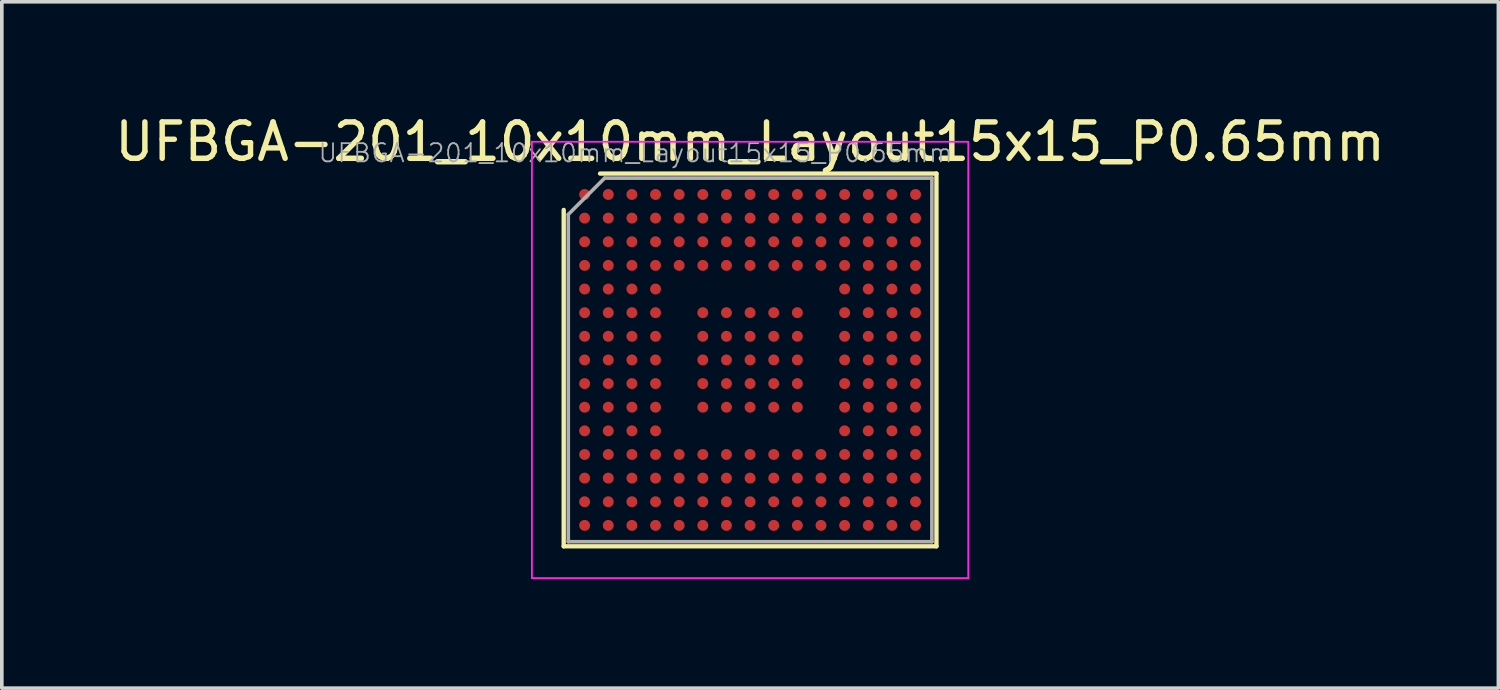
<source format=kicad_pcb>
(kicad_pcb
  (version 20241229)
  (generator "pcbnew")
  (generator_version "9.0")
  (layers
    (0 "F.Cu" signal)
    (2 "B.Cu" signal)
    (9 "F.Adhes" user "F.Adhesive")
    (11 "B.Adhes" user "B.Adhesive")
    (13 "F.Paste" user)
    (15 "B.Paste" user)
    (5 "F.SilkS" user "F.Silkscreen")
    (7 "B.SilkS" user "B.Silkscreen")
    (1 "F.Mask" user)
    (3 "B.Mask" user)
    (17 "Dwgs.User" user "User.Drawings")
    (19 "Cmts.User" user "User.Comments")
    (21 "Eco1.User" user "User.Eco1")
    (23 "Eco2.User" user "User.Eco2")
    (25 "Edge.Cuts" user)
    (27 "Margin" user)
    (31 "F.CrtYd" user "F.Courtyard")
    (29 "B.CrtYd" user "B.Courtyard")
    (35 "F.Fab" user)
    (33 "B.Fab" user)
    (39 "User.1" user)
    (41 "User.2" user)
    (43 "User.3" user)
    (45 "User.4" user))
  (footprint "UFBGA-201_10x10mm_Layout15x15_P0.65mm"
    (layer "F.Cu")
    (at 17.577 6.848)
    (property "Reference" "UFBGA-201_10x10mm_Layout15x15_P0.65mm" (at 0 -6 0) (layer "F.SilkS") (effects (font (size 1 1) (thickness 0.15))))
    (attr smd)
    (fp_line (start -5.125 5.125) (end -5.125 -4.125) (stroke (width 0.12) (type solid)) (layer "F.SilkS"))
    (fp_line (start -4.125 -5.125) (end 5.125 -5.125) (stroke (width 0.12) (type solid)) (layer "F.SilkS"))
    (fp_line (start 5.125 -5.125) (end 5.125 5.125) (stroke (width 0.12) (type solid)) (layer "F.SilkS"))
    (fp_line (start 5.125 5.125) (end -5.125 5.125) (stroke (width 0.12) (type solid)) (layer "F.SilkS"))
    (fp_line (start -6 -6) (end -6 6) (stroke (width 0.05) (type solid)) (layer "F.CrtYd"))
    (fp_line (start -6 6) (end 6 6) (stroke (width 0.05) (type solid)) (layer "F.CrtYd"))
    (fp_line (start 6 -6) (end -6 -6) (stroke (width 0.05) (type solid)) (layer "F.CrtYd"))
    (fp_line (start 6 6) (end 6 -6) (stroke (width 0.05) (type solid)) (layer "F.CrtYd"))
    (fp_line (start -5 -4) (end -4 -5) (stroke (width 0.1) (type solid)) (layer "F.Fab"))
    (fp_line (start -5 5) (end -5 -4) (stroke (width 0.1) (type solid)) (layer "F.Fab"))
    (fp_line (start -4 -5) (end 5 -5) (stroke (width 0.1) (type solid)) (layer "F.Fab"))
    (fp_line (start 5 -5) (end 5 5) (stroke (width 0.1) (type solid)) (layer "F.Fab"))
    (fp_line (start 5 5) (end -5 5) (stroke (width 0.1) (type solid)) (layer "F.Fab"))
    (fp_text user "${REFERENCE}" (at -3.148 -5.69 0) (layer "F.Fab") (effects (font (size 0.5 0.5) (thickness 0.05))))
    (pad "A1" smd circle (at -4.55 -4.55) (size 0.3 0.3) (layers "F.Cu" "F.Mask" "F.Paste"))
    (pad "A2" smd circle (at -3.9 -4.55) (size 0.3 0.3) (layers "F.Cu" "F.Mask" "F.Paste"))
    (pad "A3" smd circle (at -3.25 -4.55) (size 0.3 0.3) (layers "F.Cu" "F.Mask" "F.Paste"))
    (pad "A4" smd circle (at -2.6 -4.55) (size 0.3 0.3) (layers "F.Cu" "F.Mask" "F.Paste"))
    (pad "A5" smd circle (at -1.95 -4.55) (size 0.3 0.3) (layers "F.Cu" "F.Mask" "F.Paste"))
    (pad "A6" smd circle (at -1.3 -4.55) (size 0.3 0.3) (layers "F.Cu" "F.Mask" "F.Paste"))
    (pad "A7" smd circle (at -0.65 -4.55) (size 0.3 0.3) (layers "F.Cu" "F.Mask" "F.Paste"))
    (pad "A8" smd circle (at 0 -4.55) (size 0.3 0.3) (layers "F.Cu" "F.Mask" "F.Paste"))
    (pad "A9" smd circle (at 0.65 -4.55) (size 0.3 0.3) (layers "F.Cu" "F.Mask" "F.Paste"))
    (pad "A10" smd circle (at 1.3 -4.55) (size 0.3 0.3) (layers "F.Cu" "F.Mask" "F.Paste"))
    (pad "A11" smd circle (at 1.95 -4.55) (size 0.3 0.3) (layers "F.Cu" "F.Mask" "F.Paste"))
    (pad "A12" smd circle (at 2.6 -4.55) (size 0.3 0.3) (layers "F.Cu" "F.Mask" "F.Paste"))
    (pad "A13" smd circle (at 3.25 -4.55) (size 0.3 0.3) (layers "F.Cu" "F.Mask" "F.Paste"))
    (pad "A14" smd circle (at 3.9 -4.55) (size 0.3 0.3) (layers "F.Cu" "F.Mask" "F.Paste"))
    (pad "A15" smd circle (at 4.55 -4.55) (size 0.3 0.3) (layers "F.Cu" "F.Mask" "F.Paste"))
    (pad "B1" smd circle (at -4.55 -3.9) (size 0.3 0.3) (layers "F.Cu" "F.Mask" "F.Paste"))
    (pad "B2" smd circle (at -3.9 -3.9) (size 0.3 0.3) (layers "F.Cu" "F.Mask" "F.Paste"))
    (pad "B3" smd circle (at -3.25 -3.9) (size 0.3 0.3) (layers "F.Cu" "F.Mask" "F.Paste"))
    (pad "B4" smd circle (at -2.6 -3.9) (size 0.3 0.3) (layers "F.Cu" "F.Mask" "F.Paste"))
    (pad "B5" smd circle (at -1.95 -3.9) (size 0.3 0.3) (layers "F.Cu" "F.Mask" "F.Paste"))
    (pad "B6" smd circle (at -1.3 -3.9) (size 0.3 0.3) (layers "F.Cu" "F.Mask" "F.Paste"))
    (pad "B7" smd circle (at -0.65 -3.9) (size 0.3 0.3) (layers "F.Cu" "F.Mask" "F.Paste"))
    (pad "B8" smd circle (at 0 -3.9) (size 0.3 0.3) (layers "F.Cu" "F.Mask" "F.Paste"))
    (pad "B9" smd circle (at 0.65 -3.9) (size 0.3 0.3) (layers "F.Cu" "F.Mask" "F.Paste"))
    (pad "B10" smd circle (at 1.3 -3.9) (size 0.3 0.3) (layers "F.Cu" "F.Mask" "F.Paste"))
    (pad "B11" smd circle (at 1.95 -3.9) (size 0.3 0.3) (layers "F.Cu" "F.Mask" "F.Paste"))
    (pad "B12" smd circle (at 2.6 -3.9) (size 0.3 0.3) (layers "F.Cu" "F.Mask" "F.Paste"))
    (pad "B13" smd circle (at 3.25 -3.9) (size 0.3 0.3) (layers "F.Cu" "F.Mask" "F.Paste"))
    (pad "B14" smd circle (at 3.9 -3.9) (size 0.3 0.3) (layers "F.Cu" "F.Mask" "F.Paste"))
    (pad "B15" smd circle (at 4.55 -3.9) (size 0.3 0.3) (layers "F.Cu" "F.Mask" "F.Paste"))
    (pad "C1" smd circle (at -4.55 -3.25) (size 0.3 0.3) (layers "F.Cu" "F.Mask" "F.Paste"))
    (pad "C2" smd circle (at -3.9 -3.25) (size 0.3 0.3) (layers "F.Cu" "F.Mask" "F.Paste"))
    (pad "C3" smd circle (at -3.25 -3.25) (size 0.3 0.3) (layers "F.Cu" "F.Mask" "F.Paste"))
    (pad "C4" smd circle (at -2.6 -3.25) (size 0.3 0.3) (layers "F.Cu" "F.Mask" "F.Paste"))
    (pad "C5" smd circle (at -1.95 -3.25) (size 0.3 0.3) (layers "F.Cu" "F.Mask" "F.Paste"))
    (pad "C6" smd circle (at -1.3 -3.25) (size 0.3 0.3) (layers "F.Cu" "F.Mask" "F.Paste"))
    (pad "C7" smd circle (at -0.65 -3.25) (size 0.3 0.3) (layers "F.Cu" "F.Mask" "F.Paste"))
    (pad "C8" smd circle (at 0 -3.25) (size 0.3 0.3) (layers "F.Cu" "F.Mask" "F.Paste"))
    (pad "C9" smd circle (at 0.65 -3.25) (size 0.3 0.3) (layers "F.Cu" "F.Mask" "F.Paste"))
    (pad "C10" smd circle (at 1.3 -3.25) (size 0.3 0.3) (layers "F.Cu" "F.Mask" "F.Paste"))
    (pad "C11" smd circle (at 1.95 -3.25) (size 0.3 0.3) (layers "F.Cu" "F.Mask" "F.Paste"))
    (pad "C12" smd circle (at 2.6 -3.25) (size 0.3 0.3) (layers "F.Cu" "F.Mask" "F.Paste"))
    (pad "C13" smd circle (at 3.25 -3.25) (size 0.3 0.3) (layers "F.Cu" "F.Mask" "F.Paste"))
    (pad "C14" smd circle (at 3.9 -3.25) (size 0.3 0.3) (layers "F.Cu" "F.Mask" "F.Paste"))
    (pad "C15" smd circle (at 4.55 -3.25) (size 0.3 0.3) (layers "F.Cu" "F.Mask" "F.Paste"))
    (pad "D1" smd circle (at -4.55 -2.6) (size 0.3 0.3) (layers "F.Cu" "F.Mask" "F.Paste"))
    (pad "D2" smd circle (at -3.9 -2.6) (size 0.3 0.3) (layers "F.Cu" "F.Mask" "F.Paste"))
    (pad "D3" smd circle (at -3.25 -2.6) (size 0.3 0.3) (layers "F.Cu" "F.Mask" "F.Paste"))
    (pad "D4" smd circle (at -2.6 -2.6) (size 0.3 0.3) (layers "F.Cu" "F.Mask" "F.Paste"))
    (pad "D5" smd circle (at -1.95 -2.6) (size 0.3 0.3) (layers "F.Cu" "F.Mask" "F.Paste"))
    (pad "D6" smd circle (at -1.3 -2.6) (size 0.3 0.3) (layers "F.Cu" "F.Mask" "F.Paste"))
    (pad "D7" smd circle (at -0.65 -2.6) (size 0.3 0.3) (layers "F.Cu" "F.Mask" "F.Paste"))
    (pad "D8" smd circle (at 0 -2.6) (size 0.3 0.3) (layers "F.Cu" "F.Mask" "F.Paste"))
    (pad "D9" smd circle (at 0.65 -2.6) (size 0.3 0.3) (layers "F.Cu" "F.Mask" "F.Paste"))
    (pad "D10" smd circle (at 1.3 -2.6) (size 0.3 0.3) (layers "F.Cu" "F.Mask" "F.Paste"))
    (pad "D11" smd circle (at 1.95 -2.6) (size 0.3 0.3) (layers "F.Cu" "F.Mask" "F.Paste"))
    (pad "D12" smd circle (at 2.6 -2.6) (size 0.3 0.3) (layers "F.Cu" "F.Mask" "F.Paste"))
    (pad "D13" smd circle (at 3.25 -2.6) (size 0.3 0.3) (layers "F.Cu" "F.Mask" "F.Paste"))
    (pad "D14" smd circle (at 3.9 -2.6) (size 0.3 0.3) (layers "F.Cu" "F.Mask" "F.Paste"))
    (pad "D15" smd circle (at 4.55 -2.6) (size 0.3 0.3) (layers "F.Cu" "F.Mask" "F.Paste"))
    (pad "E1" smd circle (at -4.55 -1.95) (size 0.3 0.3) (layers "F.Cu" "F.Mask" "F.Paste"))
    (pad "E2" smd circle (at -3.9 -1.95) (size 0.3 0.3) (layers "F.Cu" "F.Mask" "F.Paste"))
    (pad "E3" smd circle (at -3.25 -1.95) (size 0.3 0.3) (layers "F.Cu" "F.Mask" "F.Paste"))
    (pad "E4" smd circle (at -2.6 -1.95) (size 0.3 0.3) (layers "F.Cu" "F.Mask" "F.Paste"))
    (pad "E12" smd circle (at 2.6 -1.95) (size 0.3 0.3) (layers "F.Cu" "F.Mask" "F.Paste"))
    (pad "E13" smd circle (at 3.25 -1.95) (size 0.3 0.3) (layers "F.Cu" "F.Mask" "F.Paste"))
    (pad "E14" smd circle (at 3.9 -1.95) (size 0.3 0.3) (layers "F.Cu" "F.Mask" "F.Paste"))
    (pad "E15" smd circle (at 4.55 -1.95) (size 0.3 0.3) (layers "F.Cu" "F.Mask" "F.Paste"))
    (pad "F1" smd circle (at -4.55 -1.3) (size 0.3 0.3) (layers "F.Cu" "F.Mask" "F.Paste"))
    (pad "F2" smd circle (at -3.9 -1.3) (size 0.3 0.3) (layers "F.Cu" "F.Mask" "F.Paste"))
    (pad "F3" smd circle (at -3.25 -1.3) (size 0.3 0.3) (layers "F.Cu" "F.Mask" "F.Paste"))
    (pad "F4" smd circle (at -2.6 -1.3) (size 0.3 0.3) (layers "F.Cu" "F.Mask" "F.Paste"))
    (pad "F6" smd circle (at -1.3 -1.3) (size 0.3 0.3) (layers "F.Cu" "F.Mask" "F.Paste"))
    (pad "F7" smd circle (at -0.65 -1.3) (size 0.3 0.3) (layers "F.Cu" "F.Mask" "F.Paste"))
    (pad "F8" smd circle (at 0 -1.3) (size 0.3 0.3) (layers "F.Cu" "F.Mask" "F.Paste"))
    (pad "F9" smd circle (at 0.65 -1.3) (size 0.3 0.3) (layers "F.Cu" "F.Mask" "F.Paste"))
    (pad "F10" smd circle (at 1.3 -1.3) (size 0.3 0.3) (layers "F.Cu" "F.Mask" "F.Paste"))
    (pad "F12" smd circle (at 2.6 -1.3) (size 0.3 0.3) (layers "F.Cu" "F.Mask" "F.Paste"))
    (pad "F13" smd circle (at 3.25 -1.3) (size 0.3 0.3) (layers "F.Cu" "F.Mask" "F.Paste"))
    (pad "F14" smd circle (at 3.9 -1.3) (size 0.3 0.3) (layers "F.Cu" "F.Mask" "F.Paste"))
    (pad "F15" smd circle (at 4.55 -1.3) (size 0.3 0.3) (layers "F.Cu" "F.Mask" "F.Paste"))
    (pad "G1" smd circle (at -4.55 -0.65) (size 0.3 0.3) (layers "F.Cu" "F.Mask" "F.Paste"))
    (pad "G2" smd circle (at -3.9 -0.65) (size 0.3 0.3) (layers "F.Cu" "F.Mask" "F.Paste"))
    (pad "G3" smd circle (at -3.25 -0.65) (size 0.3 0.3) (layers "F.Cu" "F.Mask" "F.Paste"))
    (pad "G4" smd circle (at -2.6 -0.65) (size 0.3 0.3) (layers "F.Cu" "F.Mask" "F.Paste"))
    (pad "G6" smd circle (at -1.3 -0.65) (size 0.3 0.3) (layers "F.Cu" "F.Mask" "F.Paste"))
    (pad "G7" smd circle (at -0.65 -0.65) (size 0.3 0.3) (layers "F.Cu" "F.Mask" "F.Paste"))
    (pad "G8" smd circle (at 0 -0.65) (size 0.3 0.3) (layers "F.Cu" "F.Mask" "F.Paste"))
    (pad "G9" smd circle (at 0.65 -0.65) (size 0.3 0.3) (layers "F.Cu" "F.Mask" "F.Paste"))
    (pad "G10" smd circle (at 1.3 -0.65) (size 0.3 0.3) (layers "F.Cu" "F.Mask" "F.Paste"))
    (pad "G12" smd circle (at 2.6 -0.65) (size 0.3 0.3) (layers "F.Cu" "F.Mask" "F.Paste"))
    (pad "G13" smd circle (at 3.25 -0.65) (size 0.3 0.3) (layers "F.Cu" "F.Mask" "F.Paste"))
    (pad "G14" smd circle (at 3.9 -0.65) (size 0.3 0.3) (layers "F.Cu" "F.Mask" "F.Paste"))
    (pad "G15" smd circle (at 4.55 -0.65) (size 0.3 0.3) (layers "F.Cu" "F.Mask" "F.Paste"))
    (pad "H1" smd circle (at -4.55 0) (size 0.3 0.3) (layers "F.Cu" "F.Mask" "F.Paste"))
    (pad "H2" smd circle (at -3.9 0) (size 0.3 0.3) (layers "F.Cu" "F.Mask" "F.Paste"))
    (pad "H3" smd circle (at -3.25 0) (size 0.3 0.3) (layers "F.Cu" "F.Mask" "F.Paste"))
    (pad "H4" smd circle (at -2.6 0) (size 0.3 0.3) (layers "F.Cu" "F.Mask" "F.Paste"))
    (pad "H6" smd circle (at -1.3 0) (size 0.3 0.3) (layers "F.Cu" "F.Mask" "F.Paste"))
    (pad "H7" smd circle (at -0.65 0) (size 0.3 0.3) (layers "F.Cu" "F.Mask" "F.Paste"))
    (pad "H8" smd circle (at 0 0) (size 0.3 0.3) (layers "F.Cu" "F.Mask" "F.Paste"))
    (pad "H9" smd circle (at 0.65 0) (size 0.3 0.3) (layers "F.Cu" "F.Mask" "F.Paste"))
    (pad "H10" smd circle (at 1.3 0) (size 0.3 0.3) (layers "F.Cu" "F.Mask" "F.Paste"))
    (pad "H12" smd circle (at 2.6 0) (size 0.3 0.3) (layers "F.Cu" "F.Mask" "F.Paste"))
    (pad "H13" smd circle (at 3.25 0) (size 0.3 0.3) (layers "F.Cu" "F.Mask" "F.Paste"))
    (pad "H14" smd circle (at 3.9 0) (size 0.3 0.3) (layers "F.Cu" "F.Mask" "F.Paste"))
    (pad "H15" smd circle (at 4.55 0) (size 0.3 0.3) (layers "F.Cu" "F.Mask" "F.Paste"))
    (pad "J1" smd circle (at -4.55 0.65) (size 0.3 0.3) (layers "F.Cu" "F.Mask" "F.Paste"))
    (pad "J2" smd circle (at -3.9 0.65) (size 0.3 0.3) (layers "F.Cu" "F.Mask" "F.Paste"))
    (pad "J3" smd circle (at -3.25 0.65) (size 0.3 0.3) (layers "F.Cu" "F.Mask" "F.Paste"))
    (pad "J4" smd circle (at -2.6 0.65) (size 0.3 0.3) (layers "F.Cu" "F.Mask" "F.Paste"))
    (pad "J6" smd circle (at -1.3 0.65) (size 0.3 0.3) (layers "F.Cu" "F.Mask" "F.Paste"))
    (pad "J7" smd circle (at -0.65 0.65) (size 0.3 0.3) (layers "F.Cu" "F.Mask" "F.Paste"))
    (pad "J8" smd circle (at 0 0.65) (size 0.3 0.3) (layers "F.Cu" "F.Mask" "F.Paste"))
    (pad "J9" smd circle (at 0.65 0.65) (size 0.3 0.3) (layers "F.Cu" "F.Mask" "F.Paste"))
    (pad "J10" smd circle (at 1.3 0.65) (size 0.3 0.3) (layers "F.Cu" "F.Mask" "F.Paste"))
    (pad "J12" smd circle (at 2.6 0.65) (size 0.3 0.3) (layers "F.Cu" "F.Mask" "F.Paste"))
    (pad "J13" smd circle (at 3.25 0.65) (size 0.3 0.3) (layers "F.Cu" "F.Mask" "F.Paste"))
    (pad "J14" smd circle (at 3.9 0.65) (size 0.3 0.3) (layers "F.Cu" "F.Mask" "F.Paste"))
    (pad "J15" smd circle (at 4.55 0.65) (size 0.3 0.3) (layers "F.Cu" "F.Mask" "F.Paste"))
    (pad "K1" smd circle (at -4.55 1.3) (size 0.3 0.3) (layers "F.Cu" "F.Mask" "F.Paste"))
    (pad "K2" smd circle (at -3.9 1.3) (size 0.3 0.3) (layers "F.Cu" "F.Mask" "F.Paste"))
    (pad "K3" smd circle (at -3.25 1.3) (size 0.3 0.3) (layers "F.Cu" "F.Mask" "F.Paste"))
    (pad "K4" smd circle (at -2.6 1.3) (size 0.3 0.3) (layers "F.Cu" "F.Mask" "F.Paste"))
    (pad "K6" smd circle (at -1.3 1.3) (size 0.3 0.3) (layers "F.Cu" "F.Mask" "F.Paste"))
    (pad "K7" smd circle (at -0.65 1.3) (size 0.3 0.3) (layers "F.Cu" "F.Mask" "F.Paste"))
    (pad "K8" smd circle (at 0 1.3) (size 0.3 0.3) (layers "F.Cu" "F.Mask" "F.Paste"))
    (pad "K9" smd circle (at 0.65 1.3) (size 0.3 0.3) (layers "F.Cu" "F.Mask" "F.Paste"))
    (pad "K10" smd circle (at 1.3 1.3) (size 0.3 0.3) (layers "F.Cu" "F.Mask" "F.Paste"))
    (pad "K12" smd circle (at 2.6 1.3) (size 0.3 0.3) (layers "F.Cu" "F.Mask" "F.Paste"))
    (pad "K13" smd circle (at 3.25 1.3) (size 0.3 0.3) (layers "F.Cu" "F.Mask" "F.Paste"))
    (pad "K14" smd circle (at 3.9 1.3) (size 0.3 0.3) (layers "F.Cu" "F.Mask" "F.Paste"))
    (pad "K15" smd circle (at 4.55 1.3) (size 0.3 0.3) (layers "F.Cu" "F.Mask" "F.Paste"))
    (pad "L1" smd circle (at -4.55 1.95) (size 0.3 0.3) (layers "F.Cu" "F.Mask" "F.Paste"))
    (pad "L2" smd circle (at -3.9 1.95) (size 0.3 0.3) (layers "F.Cu" "F.Mask" "F.Paste"))
    (pad "L3" smd circle (at -3.25 1.95) (size 0.3 0.3) (layers "F.Cu" "F.Mask" "F.Paste"))
    (pad "L4" smd circle (at -2.6 1.95) (size 0.3 0.3) (layers "F.Cu" "F.Mask" "F.Paste"))
    (pad "L12" smd circle (at 2.6 1.95) (size 0.3 0.3) (layers "F.Cu" "F.Mask" "F.Paste"))
    (pad "L13" smd circle (at 3.25 1.95) (size 0.3 0.3) (layers "F.Cu" "F.Mask" "F.Paste"))
    (pad "L14" smd circle (at 3.9 1.95) (size 0.3 0.3) (layers "F.Cu" "F.Mask" "F.Paste"))
    (pad "L15" smd circle (at 4.55 1.95) (size 0.3 0.3) (layers "F.Cu" "F.Mask" "F.Paste"))
    (pad "M1" smd circle (at -4.55 2.6) (size 0.3 0.3) (layers "F.Cu" "F.Mask" "F.Paste"))
    (pad "M2" smd circle (at -3.9 2.6) (size 0.3 0.3) (layers "F.Cu" "F.Mask" "F.Paste"))
    (pad "M3" smd circle (at -3.25 2.6) (size 0.3 0.3) (layers "F.Cu" "F.Mask" "F.Paste"))
    (pad "M4" smd circle (at -2.6 2.6) (size 0.3 0.3) (layers "F.Cu" "F.Mask" "F.Paste"))
    (pad "M5" smd circle (at -1.95 2.6) (size 0.3 0.3) (layers "F.Cu" "F.Mask" "F.Paste"))
    (pad "M6" smd circle (at -1.3 2.6) (size 0.3 0.3) (layers "F.Cu" "F.Mask" "F.Paste"))
    (pad "M7" smd circle (at -0.65 2.6) (size 0.3 0.3) (layers "F.Cu" "F.Mask" "F.Paste"))
    (pad "M8" smd circle (at 0 2.6) (size 0.3 0.3) (layers "F.Cu" "F.Mask" "F.Paste"))
    (pad "M9" smd circle (at 0.65 2.6) (size 0.3 0.3) (layers "F.Cu" "F.Mask" "F.Paste"))
    (pad "M10" smd circle (at 1.3 2.6) (size 0.3 0.3) (layers "F.Cu" "F.Mask" "F.Paste"))
    (pad "M11" smd circle (at 1.95 2.6) (size 0.3 0.3) (layers "F.Cu" "F.Mask" "F.Paste"))
    (pad "M12" smd circle (at 2.6 2.6) (size 0.3 0.3) (layers "F.Cu" "F.Mask" "F.Paste"))
    (pad "M13" smd circle (at 3.25 2.6) (size 0.3 0.3) (layers "F.Cu" "F.Mask" "F.Paste"))
    (pad "M14" smd circle (at 3.9 2.6) (size 0.3 0.3) (layers "F.Cu" "F.Mask" "F.Paste"))
    (pad "M15" smd circle (at 4.55 2.6) (size 0.3 0.3) (layers "F.Cu" "F.Mask" "F.Paste"))
    (pad "N1" smd circle (at -4.55 3.25) (size 0.3 0.3) (layers "F.Cu" "F.Mask" "F.Paste"))
    (pad "N2" smd circle (at -3.9 3.25) (size 0.3 0.3) (layers "F.Cu" "F.Mask" "F.Paste"))
    (pad "N3" smd circle (at -3.25 3.25) (size 0.3 0.3) (layers "F.Cu" "F.Mask" "F.Paste"))
    (pad "N4" smd circle (at -2.6 3.25) (size 0.3 0.3) (layers "F.Cu" "F.Mask" "F.Paste"))
    (pad "N5" smd circle (at -1.95 3.25) (size 0.3 0.3) (layers "F.Cu" "F.Mask" "F.Paste"))
    (pad "N6" smd circle (at -1.3 3.25) (size 0.3 0.3) (layers "F.Cu" "F.Mask" "F.Paste"))
    (pad "N7" smd circle (at -0.65 3.25) (size 0.3 0.3) (layers "F.Cu" "F.Mask" "F.Paste"))
    (pad "N8" smd circle (at 0 3.25) (size 0.3 0.3) (layers "F.Cu" "F.Mask" "F.Paste"))
    (pad "N9" smd circle (at 0.65 3.25) (size 0.3 0.3) (layers "F.Cu" "F.Mask" "F.Paste"))
    (pad "N10" smd circle (at 1.3 3.25) (size 0.3 0.3) (layers "F.Cu" "F.Mask" "F.Paste"))
    (pad "N11" smd circle (at 1.95 3.25) (size 0.3 0.3) (layers "F.Cu" "F.Mask" "F.Paste"))
    (pad "N12" smd circle (at 2.6 3.25) (size 0.3 0.3) (layers "F.Cu" "F.Mask" "F.Paste"))
    (pad "N13" smd circle (at 3.25 3.25) (size 0.3 0.3) (layers "F.Cu" "F.Mask" "F.Paste"))
    (pad "N14" smd circle (at 3.9 3.25) (size 0.3 0.3) (layers "F.Cu" "F.Mask" "F.Paste"))
    (pad "N15" smd circle (at 4.55 3.25) (size 0.3 0.3) (layers "F.Cu" "F.Mask" "F.Paste"))
    (pad "P1" smd circle (at -4.55 3.9) (size 0.3 0.3) (layers "F.Cu" "F.Mask" "F.Paste"))
    (pad "P2" smd circle (at -3.9 3.9) (size 0.3 0.3) (layers "F.Cu" "F.Mask" "F.Paste"))
    (pad "P3" smd circle (at -3.25 3.9) (size 0.3 0.3) (layers "F.Cu" "F.Mask" "F.Paste"))
    (pad "P4" smd circle (at -2.6 3.9) (size 0.3 0.3) (layers "F.Cu" "F.Mask" "F.Paste"))
    (pad "P5" smd circle (at -1.95 3.9) (size 0.3 0.3) (layers "F.Cu" "F.Mask" "F.Paste"))
    (pad "P6" smd circle (at -1.3 3.9) (size 0.3 0.3) (layers "F.Cu" "F.Mask" "F.Paste"))
    (pad "P7" smd circle (at -0.65 3.9) (size 0.3 0.3) (layers "F.Cu" "F.Mask" "F.Paste"))
    (pad "P8" smd circle (at 0 3.9) (size 0.3 0.3) (layers "F.Cu" "F.Mask" "F.Paste"))
    (pad "P9" smd circle (at 0.65 3.9) (size 0.3 0.3) (layers "F.Cu" "F.Mask" "F.Paste"))
    (pad "P10" smd circle (at 1.3 3.9) (size 0.3 0.3) (layers "F.Cu" "F.Mask" "F.Paste"))
    (pad "P11" smd circle (at 1.95 3.9) (size 0.3 0.3) (layers "F.Cu" "F.Mask" "F.Paste"))
    (pad "P12" smd circle (at 2.6 3.9) (size 0.3 0.3) (layers "F.Cu" "F.Mask" "F.Paste"))
    (pad "P13" smd circle (at 3.25 3.9) (size 0.3 0.3) (layers "F.Cu" "F.Mask" "F.Paste"))
    (pad "P14" smd circle (at 3.9 3.9) (size 0.3 0.3) (layers "F.Cu" "F.Mask" "F.Paste"))
    (pad "P15" smd circle (at 4.55 3.9) (size 0.3 0.3) (layers "F.Cu" "F.Mask" "F.Paste"))
    (pad "R1" smd circle (at -4.55 4.55) (size 0.3 0.3) (layers "F.Cu" "F.Mask" "F.Paste"))
    (pad "R2" smd circle (at -3.9 4.55) (size 0.3 0.3) (layers "F.Cu" "F.Mask" "F.Paste"))
    (pad "R3" smd circle (at -3.25 4.55) (size 0.3 0.3) (layers "F.Cu" "F.Mask" "F.Paste"))
    (pad "R4" smd circle (at -2.6 4.55) (size 0.3 0.3) (layers "F.Cu" "F.Mask" "F.Paste"))
    (pad "R5" smd circle (at -1.95 4.55) (size 0.3 0.3) (layers "F.Cu" "F.Mask" "F.Paste"))
    (pad "R6" smd circle (at -1.3 4.55) (size 0.3 0.3) (layers "F.Cu" "F.Mask" "F.Paste"))
    (pad "R7" smd circle (at -0.65 4.55) (size 0.3 0.3) (layers "F.Cu" "F.Mask" "F.Paste"))
    (pad "R8" smd circle (at 0 4.55) (size 0.3 0.3) (layers "F.Cu" "F.Mask" "F.Paste"))
    (pad "R9" smd circle (at 0.65 4.55) (size 0.3 0.3) (layers "F.Cu" "F.Mask" "F.Paste"))
    (pad "R10" smd circle (at 1.3 4.55) (size 0.3 0.3) (layers "F.Cu" "F.Mask" "F.Paste"))
    (pad "R11" smd circle (at 1.95 4.55) (size 0.3 0.3) (layers "F.Cu" "F.Mask" "F.Paste"))
    (pad "R12" smd circle (at 2.6 4.55) (size 0.3 0.3) (layers "F.Cu" "F.Mask" "F.Paste"))
    (pad "R13" smd circle (at 3.25 4.55) (size 0.3 0.3) (layers "F.Cu" "F.Mask" "F.Paste"))
    (pad "R14" smd circle (at 3.9 4.55) (size 0.3 0.3) (layers "F.Cu" "F.Mask" "F.Paste"))
    (pad "R15" smd circle (at 4.55 4.55) (size 0.3 0.3) (layers "F.Cu" "F.Mask" "F.Paste")))
  (gr_rect
    (start -3 -3)
    (end 38.155 15.873)
    (stroke (width 0.1) (type default))
    (fill no)
    (layer "Edge.Cuts")))
</source>
